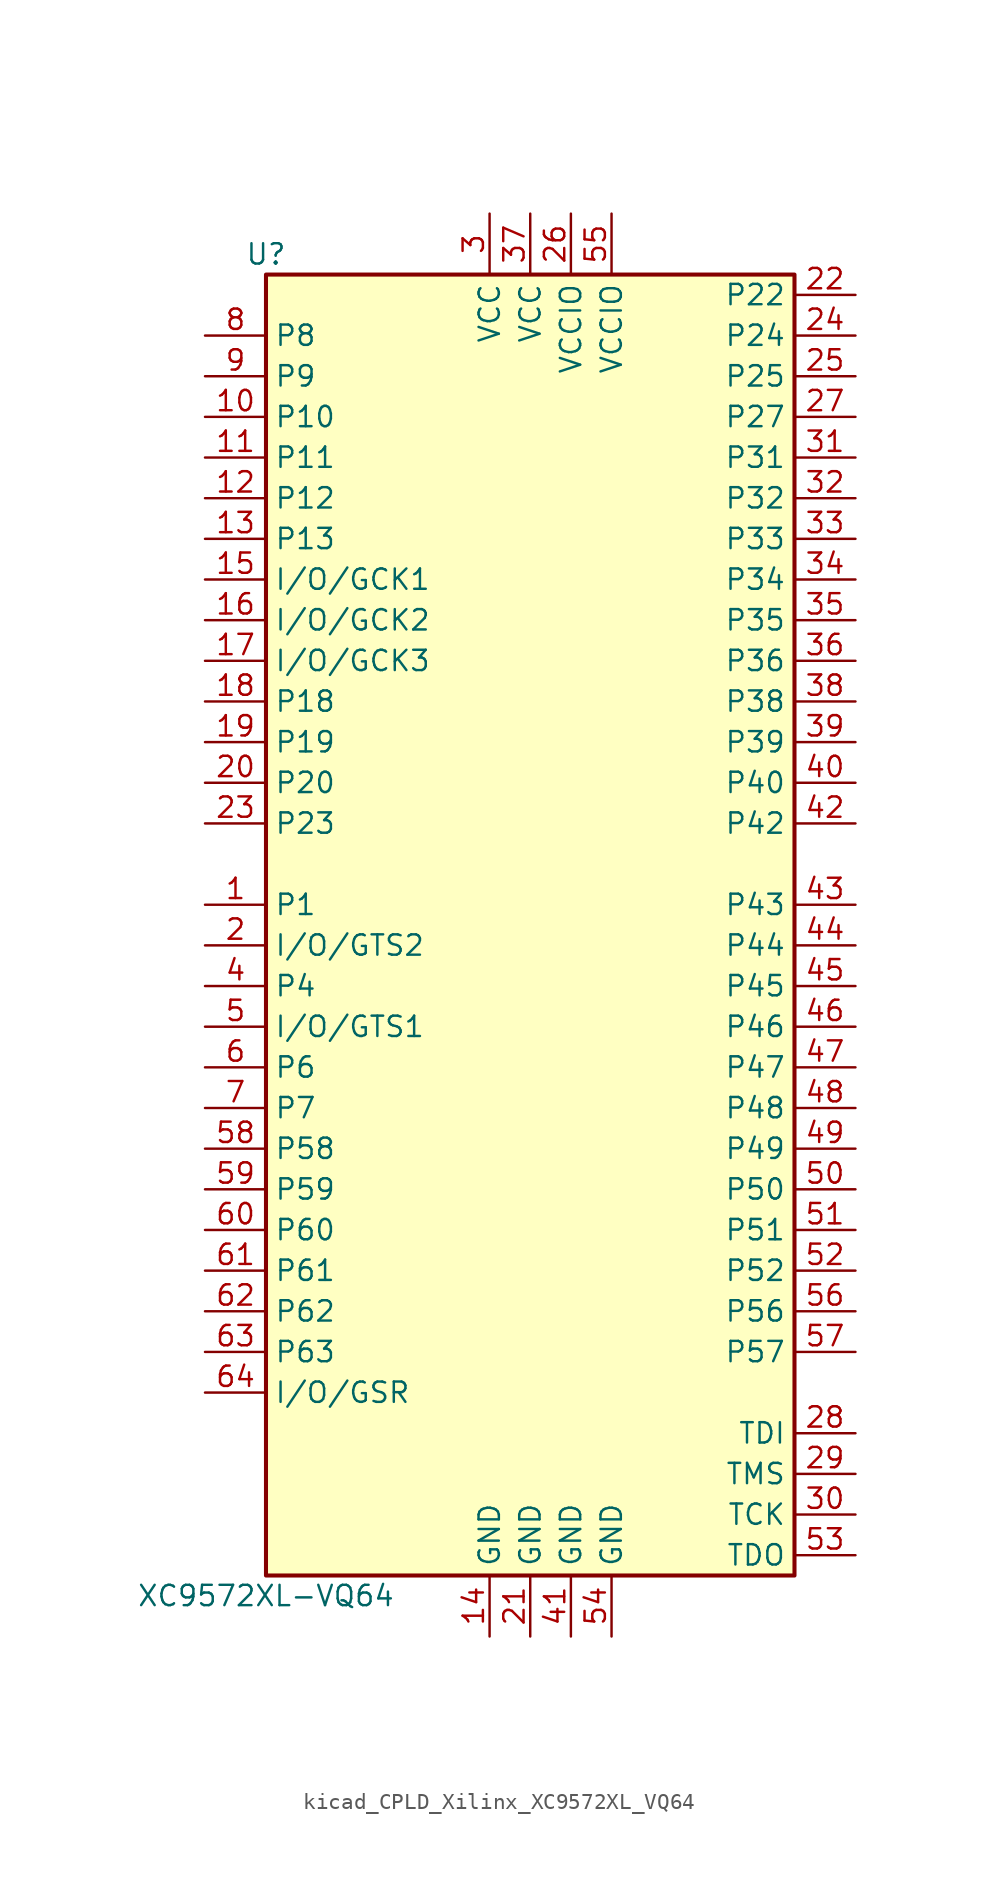
<source format=kicad_sym>
(kicad_symbol_lib
  (version 20220914)
  (generator kicad_symbol_editor)
  (symbol "kicad_CPLD_Xilinx_XC9572XL_VQ64"
    (property "Reference" "U"
      (at -16.51 40.64 0)
      (effects (font (size 1.27 1.27))))
    (property "Value" "XC9572XL-VQ64"
      (at -16.51 -43.18 0)
      (effects (font (size 1.27 1.27))))
    (symbol "kicad_CPLD_Xilinx_XC9572XL_VQ64_1_1"
      (rectangle (start -16.51 39.37) (end 16.51 -41.91) (stroke (width 0.254) (type default)) (fill (type background)))
      (pin bidirectional line (at -20.32 0 0) (length 3.81) (name "P1" (effects (font (size 1.27 1.27)))) (number "1" (effects (font (size 1.27 1.27)))))
      (pin bidirectional line (at -20.32 30.48 0) (length 3.81) (name "P10" (effects (font (size 1.27 1.27)))) (number "10" (effects (font (size 1.27 1.27)))))
      (pin bidirectional line (at -20.32 27.94 0) (length 3.81) (name "P11" (effects (font (size 1.27 1.27)))) (number "11" (effects (font (size 1.27 1.27)))))
      (pin bidirectional line (at -20.32 25.4 0) (length 3.81) (name "P12" (effects (font (size 1.27 1.27)))) (number "12" (effects (font (size 1.27 1.27)))))
      (pin bidirectional line (at -20.32 22.86 0) (length 3.81) (name "P13" (effects (font (size 1.27 1.27)))) (number "13" (effects (font (size 1.27 1.27)))))
      (pin power_in line (at -2.54 -45.72 90) (length 3.81) (name "GND" (effects (font (size 1.27 1.27)))) (number "14" (effects (font (size 1.27 1.27)))))
      (pin bidirectional line (at -20.32 20.32 0) (length 3.81) (name "I/O/GCK1" (effects (font (size 1.27 1.27)))) (number "15" (effects (font (size 1.27 1.27)))))
      (pin bidirectional line (at -20.32 17.78 0) (length 3.81) (name "I/O/GCK2" (effects (font (size 1.27 1.27)))) (number "16" (effects (font (size 1.27 1.27)))))
      (pin bidirectional line (at -20.32 15.24 0) (length 3.81) (name "I/O/GCK3" (effects (font (size 1.27 1.27)))) (number "17" (effects (font (size 1.27 1.27)))))
      (pin bidirectional line (at -20.32 12.7 0) (length 3.81) (name "P18" (effects (font (size 1.27 1.27)))) (number "18" (effects (font (size 1.27 1.27)))))
      (pin bidirectional line (at -20.32 10.16 0) (length 3.81) (name "P19" (effects (font (size 1.27 1.27)))) (number "19" (effects (font (size 1.27 1.27)))))
      (pin bidirectional line (at -20.32 -2.54 0) (length 3.81) (name "I/O/GTS2" (effects (font (size 1.27 1.27)))) (number "2" (effects (font (size 1.27 1.27)))))
      (pin bidirectional line (at -20.32 7.62 0) (length 3.81) (name "P20" (effects (font (size 1.27 1.27)))) (number "20" (effects (font (size 1.27 1.27)))))
      (pin power_in line (at 0 -45.72 90) (length 3.81) (name "GND" (effects (font (size 1.27 1.27)))) (number "21" (effects (font (size 1.27 1.27)))))
      (pin bidirectional line (at 20.32 38.1 180) (length 3.81) (name "P22" (effects (font (size 1.27 1.27)))) (number "22" (effects (font (size 1.27 1.27)))))
      (pin bidirectional line (at -20.32 5.08 0) (length 3.81) (name "P23" (effects (font (size 1.27 1.27)))) (number "23" (effects (font (size 1.27 1.27)))))
      (pin bidirectional line (at 20.32 35.56 180) (length 3.81) (name "P24" (effects (font (size 1.27 1.27)))) (number "24" (effects (font (size 1.27 1.27)))))
      (pin bidirectional line (at 20.32 33.02 180) (length 3.81) (name "P25" (effects (font (size 1.27 1.27)))) (number "25" (effects (font (size 1.27 1.27)))))
      (pin power_in line (at 2.54 43.18 270) (length 3.81) (name "VCCIO" (effects (font (size 1.27 1.27)))) (number "26" (effects (font (size 1.27 1.27)))))
      (pin bidirectional line (at 20.32 30.48 180) (length 3.81) (name "P27" (effects (font (size 1.27 1.27)))) (number "27" (effects (font (size 1.27 1.27)))))
      (pin input line (at 20.32 -33.02 180) (length 3.81) (name "TDI" (effects (font (size 1.27 1.27)))) (number "28" (effects (font (size 1.27 1.27)))))
      (pin input line (at 20.32 -35.56 180) (length 3.81) (name "TMS" (effects (font (size 1.27 1.27)))) (number "29" (effects (font (size 1.27 1.27)))))
      (pin power_in line (at -2.54 43.18 270) (length 3.81) (name "VCC" (effects (font (size 1.27 1.27)))) (number "3" (effects (font (size 1.27 1.27)))))
      (pin input line (at 20.32 -38.1 180) (length 3.81) (name "TCK" (effects (font (size 1.27 1.27)))) (number "30" (effects (font (size 1.27 1.27)))))
      (pin bidirectional line (at 20.32 27.94 180) (length 3.81) (name "P31" (effects (font (size 1.27 1.27)))) (number "31" (effects (font (size 1.27 1.27)))))
      (pin bidirectional line (at 20.32 25.4 180) (length 3.81) (name "P32" (effects (font (size 1.27 1.27)))) (number "32" (effects (font (size 1.27 1.27)))))
      (pin bidirectional line (at 20.32 22.86 180) (length 3.81) (name "P33" (effects (font (size 1.27 1.27)))) (number "33" (effects (font (size 1.27 1.27)))))
      (pin bidirectional line (at 20.32 20.32 180) (length 3.81) (name "P34" (effects (font (size 1.27 1.27)))) (number "34" (effects (font (size 1.27 1.27)))))
      (pin bidirectional line (at 20.32 17.78 180) (length 3.81) (name "P35" (effects (font (size 1.27 1.27)))) (number "35" (effects (font (size 1.27 1.27)))))
      (pin bidirectional line (at 20.32 15.24 180) (length 3.81) (name "P36" (effects (font (size 1.27 1.27)))) (number "36" (effects (font (size 1.27 1.27)))))
      (pin power_in line (at 0 43.18 270) (length 3.81) (name "VCC" (effects (font (size 1.27 1.27)))) (number "37" (effects (font (size 1.27 1.27)))))
      (pin bidirectional line (at 20.32 12.7 180) (length 3.81) (name "P38" (effects (font (size 1.27 1.27)))) (number "38" (effects (font (size 1.27 1.27)))))
      (pin bidirectional line (at 20.32 10.16 180) (length 3.81) (name "P39" (effects (font (size 1.27 1.27)))) (number "39" (effects (font (size 1.27 1.27)))))
      (pin bidirectional line (at -20.32 -5.08 0) (length 3.81) (name "P4" (effects (font (size 1.27 1.27)))) (number "4" (effects (font (size 1.27 1.27)))))
      (pin bidirectional line (at 20.32 7.62 180) (length 3.81) (name "P40" (effects (font (size 1.27 1.27)))) (number "40" (effects (font (size 1.27 1.27)))))
      (pin power_in line (at 2.54 -45.72 90) (length 3.81) (name "GND" (effects (font (size 1.27 1.27)))) (number "41" (effects (font (size 1.27 1.27)))))
      (pin bidirectional line (at 20.32 5.08 180) (length 3.81) (name "P42" (effects (font (size 1.27 1.27)))) (number "42" (effects (font (size 1.27 1.27)))))
      (pin bidirectional line (at 20.32 0 180) (length 3.81) (name "P43" (effects (font (size 1.27 1.27)))) (number "43" (effects (font (size 1.27 1.27)))))
      (pin bidirectional line (at 20.32 -2.54 180) (length 3.81) (name "P44" (effects (font (size 1.27 1.27)))) (number "44" (effects (font (size 1.27 1.27)))))
      (pin bidirectional line (at 20.32 -5.08 180) (length 3.81) (name "P45" (effects (font (size 1.27 1.27)))) (number "45" (effects (font (size 1.27 1.27)))))
      (pin bidirectional line (at 20.32 -7.62 180) (length 3.81) (name "P46" (effects (font (size 1.27 1.27)))) (number "46" (effects (font (size 1.27 1.27)))))
      (pin bidirectional line (at 20.32 -10.16 180) (length 3.81) (name "P47" (effects (font (size 1.27 1.27)))) (number "47" (effects (font (size 1.27 1.27)))))
      (pin bidirectional line (at 20.32 -12.7 180) (length 3.81) (name "P48" (effects (font (size 1.27 1.27)))) (number "48" (effects (font (size 1.27 1.27)))))
      (pin bidirectional line (at 20.32 -15.24 180) (length 3.81) (name "P49" (effects (font (size 1.27 1.27)))) (number "49" (effects (font (size 1.27 1.27)))))
      (pin bidirectional line (at -20.32 -7.62 0) (length 3.81) (name "I/O/GTS1" (effects (font (size 1.27 1.27)))) (number "5" (effects (font (size 1.27 1.27)))))
      (pin bidirectional line (at 20.32 -17.78 180) (length 3.81) (name "P50" (effects (font (size 1.27 1.27)))) (number "50" (effects (font (size 1.27 1.27)))))
      (pin bidirectional line (at 20.32 -20.32 180) (length 3.81) (name "P51" (effects (font (size 1.27 1.27)))) (number "51" (effects (font (size 1.27 1.27)))))
      (pin bidirectional line (at 20.32 -22.86 180) (length 3.81) (name "P52" (effects (font (size 1.27 1.27)))) (number "52" (effects (font (size 1.27 1.27)))))
      (pin output line (at 20.32 -40.64 180) (length 3.81) (name "TDO" (effects (font (size 1.27 1.27)))) (number "53" (effects (font (size 1.27 1.27)))))
      (pin power_in line (at 5.08 -45.72 90) (length 3.81) (name "GND" (effects (font (size 1.27 1.27)))) (number "54" (effects (font (size 1.27 1.27)))))
      (pin power_in line (at 5.08 43.18 270) (length 3.81) (name "VCCIO" (effects (font (size 1.27 1.27)))) (number "55" (effects (font (size 1.27 1.27)))))
      (pin bidirectional line (at 20.32 -25.4 180) (length 3.81) (name "P56" (effects (font (size 1.27 1.27)))) (number "56" (effects (font (size 1.27 1.27)))))
      (pin bidirectional line (at 20.32 -27.94 180) (length 3.81) (name "P57" (effects (font (size 1.27 1.27)))) (number "57" (effects (font (size 1.27 1.27)))))
      (pin bidirectional line (at -20.32 -15.24 0) (length 3.81) (name "P58" (effects (font (size 1.27 1.27)))) (number "58" (effects (font (size 1.27 1.27)))))
      (pin bidirectional line (at -20.32 -17.78 0) (length 3.81) (name "P59" (effects (font (size 1.27 1.27)))) (number "59" (effects (font (size 1.27 1.27)))))
      (pin bidirectional line (at -20.32 -10.16 0) (length 3.81) (name "P6" (effects (font (size 1.27 1.27)))) (number "6" (effects (font (size 1.27 1.27)))))
      (pin bidirectional line (at -20.32 -20.32 0) (length 3.81) (name "P60" (effects (font (size 1.27 1.27)))) (number "60" (effects (font (size 1.27 1.27)))))
      (pin bidirectional line (at -20.32 -22.86 0) (length 3.81) (name "P61" (effects (font (size 1.27 1.27)))) (number "61" (effects (font (size 1.27 1.27)))))
      (pin bidirectional line (at -20.32 -25.4 0) (length 3.81) (name "P62" (effects (font (size 1.27 1.27)))) (number "62" (effects (font (size 1.27 1.27)))))
      (pin bidirectional line (at -20.32 -27.94 0) (length 3.81) (name "P63" (effects (font (size 1.27 1.27)))) (number "63" (effects (font (size 1.27 1.27)))))
      (pin bidirectional line (at -20.32 -30.48 0) (length 3.81) (name "I/O/GSR" (effects (font (size 1.27 1.27)))) (number "64" (effects (font (size 1.27 1.27)))))
      (pin bidirectional line (at -20.32 -12.7 0) (length 3.81) (name "P7" (effects (font (size 1.27 1.27)))) (number "7" (effects (font (size 1.27 1.27)))))
      (pin bidirectional line (at -20.32 35.56 0) (length 3.81) (name "P8" (effects (font (size 1.27 1.27)))) (number "8" (effects (font (size 1.27 1.27)))))
      (pin bidirectional line (at -20.32 33.02 0) (length 3.81) (name "P9" (effects (font (size 1.27 1.27)))) (number "9" (effects (font (size 1.27 1.27))))))))
</source>
